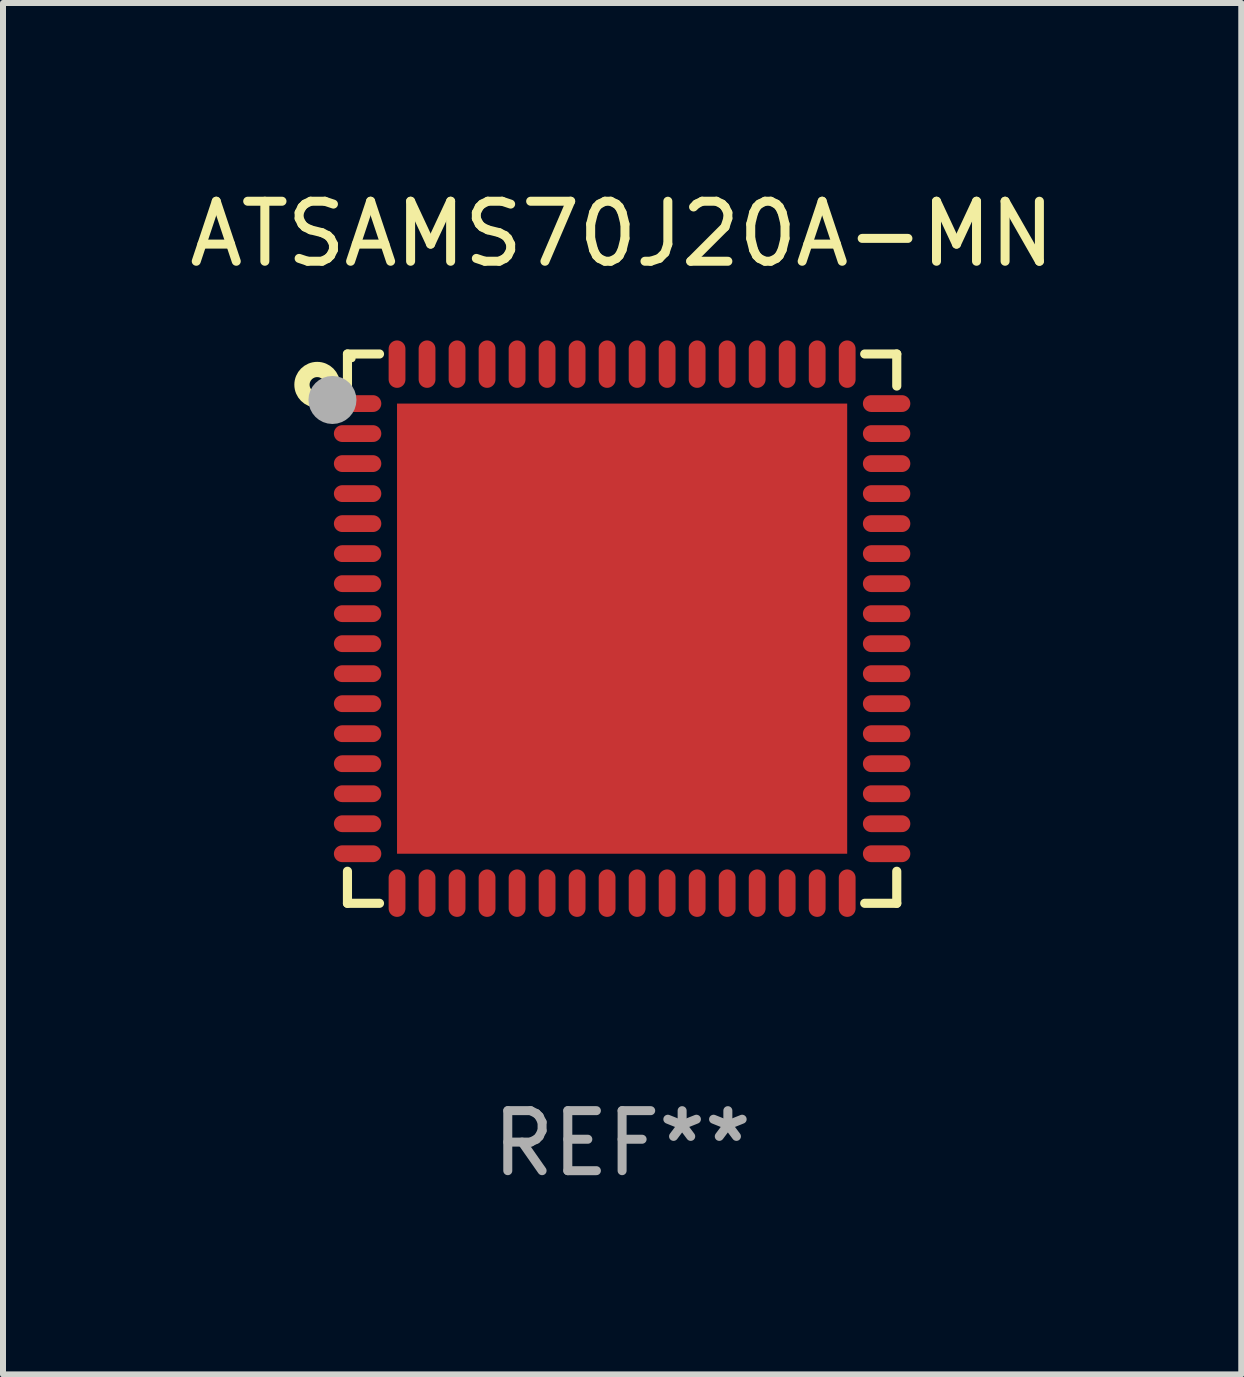
<source format=kicad_pcb>
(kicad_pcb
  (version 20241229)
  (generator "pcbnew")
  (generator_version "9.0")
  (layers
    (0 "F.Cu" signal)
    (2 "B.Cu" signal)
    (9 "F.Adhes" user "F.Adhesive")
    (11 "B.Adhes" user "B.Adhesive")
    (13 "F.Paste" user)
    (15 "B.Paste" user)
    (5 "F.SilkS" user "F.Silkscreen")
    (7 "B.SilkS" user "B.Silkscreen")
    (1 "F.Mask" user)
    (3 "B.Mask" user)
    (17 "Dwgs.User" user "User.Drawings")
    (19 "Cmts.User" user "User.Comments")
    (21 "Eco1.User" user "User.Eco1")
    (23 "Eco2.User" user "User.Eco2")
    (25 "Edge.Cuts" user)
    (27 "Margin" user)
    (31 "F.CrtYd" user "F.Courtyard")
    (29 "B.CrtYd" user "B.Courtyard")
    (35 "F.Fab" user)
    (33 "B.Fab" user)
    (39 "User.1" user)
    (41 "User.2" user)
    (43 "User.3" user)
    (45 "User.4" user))
  (footprint "ATSAMS70J20A-MN"
    (layer "F.Cu")
    (at 7.315 7.424)
    (property "Reference" "ATSAMS70J20A-MN" (at 0 -6.576 0) (layer "F.SilkS") (effects (font (size 1 1) (thickness 0.15))))
    (attr through_hole)
    (fp_line (start -4.576 -4.576) (end -4.042 -4.576) (stroke (width 0.152) (type solid)) (layer "F.SilkS"))
    (fp_line (start -4.576 -4.042) (end -4.576 -4.576) (stroke (width 0.152) (type solid)) (layer "F.SilkS"))
    (fp_line (start -4.576 4.042) (end -4.576 4.576) (stroke (width 0.152) (type solid)) (layer "F.SilkS"))
    (fp_line (start -4.576 4.576) (end -4.042 4.576) (stroke (width 0.152) (type solid)) (layer "F.SilkS"))
    (fp_line (start 4.576 -4.576) (end 4.042 -4.576) (stroke (width 0.152) (type solid)) (layer "F.SilkS"))
    (fp_line (start 4.576 -4.042) (end 4.576 -4.576) (stroke (width 0.152) (type solid)) (layer "F.SilkS"))
    (fp_line (start 4.576 4.042) (end 4.576 4.576) (stroke (width 0.152) (type solid)) (layer "F.SilkS"))
    (fp_line (start 4.576 4.576) (end 4.042 4.576) (stroke (width 0.152) (type solid)) (layer "F.SilkS"))
    (fp_circle (center -5.08 -4.064) (end -4.826 -4.064) (stroke (width 0.254) (type solid)) (fill no) (layer "F.SilkS"))
    (fp_circle (center -4.5 -4.5) (end -4.47 -4.5) (stroke (width 0.06) (type solid)) (fill no) (layer "F.SilkS"))
    (fp_circle (center -4.826 -3.81) (end -4.626 -3.81) (stroke (width 0.4) (type solid)) (fill no) (layer "F.Fab"))
    (fp_text user "REF**" (at 0 8.576 0) (layer "F.Fab") (effects (font (size 1 1) (thickness 0.15))))
    (pad "1" smd oval (at -4.407 -3.75) (size 0.79 0.28) (layers "F.Cu" "F.Mask" "F.Paste"))
    (pad "2" smd oval (at -4.407 -3.25) (size 0.79 0.28) (layers "F.Cu" "F.Mask" "F.Paste"))
    (pad "3" smd oval (at -4.407 -2.75) (size 0.79 0.28) (layers "F.Cu" "F.Mask" "F.Paste"))
    (pad "4" smd oval (at -4.407 -2.25) (size 0.79 0.28) (layers "F.Cu" "F.Mask" "F.Paste"))
    (pad "5" smd oval (at -4.407 -1.75) (size 0.79 0.28) (layers "F.Cu" "F.Mask" "F.Paste"))
    (pad "6" smd oval (at -4.407 -1.25) (size 0.79 0.28) (layers "F.Cu" "F.Mask" "F.Paste"))
    (pad "7" smd oval (at -4.407 -0.75) (size 0.79 0.28) (layers "F.Cu" "F.Mask" "F.Paste"))
    (pad "8" smd oval (at -4.407 -0.25) (size 0.79 0.28) (layers "F.Cu" "F.Mask" "F.Paste"))
    (pad "9" smd oval (at -4.407 0.25) (size 0.79 0.28) (layers "F.Cu" "F.Mask" "F.Paste"))
    (pad "10" smd oval (at -4.407 0.75) (size 0.79 0.28) (layers "F.Cu" "F.Mask" "F.Paste"))
    (pad "11" smd oval (at -4.407 1.25) (size 0.79 0.28) (layers "F.Cu" "F.Mask" "F.Paste"))
    (pad "12" smd oval (at -4.407 1.75) (size 0.79 0.28) (layers "F.Cu" "F.Mask" "F.Paste"))
    (pad "13" smd oval (at -4.407 2.25) (size 0.79 0.28) (layers "F.Cu" "F.Mask" "F.Paste"))
    (pad "14" smd oval (at -4.407 2.75) (size 0.79 0.28) (layers "F.Cu" "F.Mask" "F.Paste"))
    (pad "15" smd oval (at -4.407 3.25) (size 0.79 0.28) (layers "F.Cu" "F.Mask" "F.Paste"))
    (pad "16" smd oval (at -4.407 3.75) (size 0.79 0.28) (layers "F.Cu" "F.Mask" "F.Paste"))
    (pad "17" smd oval (at -3.75 4.407) (size 0.28 0.79) (layers "F.Cu" "F.Mask" "F.Paste"))
    (pad "18" smd oval (at -3.25 4.407) (size 0.28 0.79) (layers "F.Cu" "F.Mask" "F.Paste"))
    (pad "19" smd oval (at -2.75 4.407) (size 0.28 0.79) (layers "F.Cu" "F.Mask" "F.Paste"))
    (pad "20" smd oval (at -2.25 4.407) (size 0.28 0.79) (layers "F.Cu" "F.Mask" "F.Paste"))
    (pad "21" smd oval (at -1.75 4.407) (size 0.28 0.79) (layers "F.Cu" "F.Mask" "F.Paste"))
    (pad "22" smd oval (at -1.25 4.407) (size 0.28 0.79) (layers "F.Cu" "F.Mask" "F.Paste"))
    (pad "23" smd oval (at -0.75 4.407) (size 0.28 0.79) (layers "F.Cu" "F.Mask" "F.Paste"))
    (pad "24" smd oval (at -0.25 4.407) (size 0.28 0.79) (layers "F.Cu" "F.Mask" "F.Paste"))
    (pad "25" smd oval (at 0.25 4.407) (size 0.28 0.79) (layers "F.Cu" "F.Mask" "F.Paste"))
    (pad "26" smd oval (at 0.75 4.407) (size 0.28 0.79) (layers "F.Cu" "F.Mask" "F.Paste"))
    (pad "27" smd oval (at 1.25 4.407) (size 0.28 0.79) (layers "F.Cu" "F.Mask" "F.Paste"))
    (pad "28" smd oval (at 1.75 4.407) (size 0.28 0.79) (layers "F.Cu" "F.Mask" "F.Paste"))
    (pad "29" smd oval (at 2.25 4.407) (size 0.28 0.79) (layers "F.Cu" "F.Mask" "F.Paste"))
    (pad "30" smd oval (at 2.75 4.407) (size 0.28 0.79) (layers "F.Cu" "F.Mask" "F.Paste"))
    (pad "31" smd oval (at 3.25 4.407) (size 0.28 0.79) (layers "F.Cu" "F.Mask" "F.Paste"))
    (pad "32" smd oval (at 3.75 4.407) (size 0.28 0.79) (layers "F.Cu" "F.Mask" "F.Paste"))
    (pad "33" smd oval (at 4.407 3.75) (size 0.79 0.28) (layers "F.Cu" "F.Mask" "F.Paste"))
    (pad "34" smd oval (at 4.407 3.25) (size 0.79 0.28) (layers "F.Cu" "F.Mask" "F.Paste"))
    (pad "35" smd oval (at 4.407 2.75) (size 0.79 0.28) (layers "F.Cu" "F.Mask" "F.Paste"))
    (pad "36" smd oval (at 4.407 2.25) (size 0.79 0.28) (layers "F.Cu" "F.Mask" "F.Paste"))
    (pad "37" smd oval (at 4.407 1.75) (size 0.79 0.28) (layers "F.Cu" "F.Mask" "F.Paste"))
    (pad "38" smd oval (at 4.407 1.25) (size 0.79 0.28) (layers "F.Cu" "F.Mask" "F.Paste"))
    (pad "39" smd oval (at 4.407 0.75) (size 0.79 0.28) (layers "F.Cu" "F.Mask" "F.Paste"))
    (pad "40" smd oval (at 4.407 0.25) (size 0.79 0.28) (layers "F.Cu" "F.Mask" "F.Paste"))
    (pad "41" smd oval (at 4.407 -0.25) (size 0.79 0.28) (layers "F.Cu" "F.Mask" "F.Paste"))
    (pad "42" smd oval (at 4.407 -0.75) (size 0.79 0.28) (layers "F.Cu" "F.Mask" "F.Paste"))
    (pad "43" smd oval (at 4.407 -1.25) (size 0.79 0.28) (layers "F.Cu" "F.Mask" "F.Paste"))
    (pad "44" smd oval (at 4.407 -1.75) (size 0.79 0.28) (layers "F.Cu" "F.Mask" "F.Paste"))
    (pad "45" smd oval (at 4.407 -2.25) (size 0.79 0.28) (layers "F.Cu" "F.Mask" "F.Paste"))
    (pad "46" smd oval (at 4.407 -2.75) (size 0.79 0.28) (layers "F.Cu" "F.Mask" "F.Paste"))
    (pad "47" smd oval (at 4.407 -3.25) (size 0.79 0.28) (layers "F.Cu" "F.Mask" "F.Paste"))
    (pad "48" smd oval (at 4.407 -3.75) (size 0.79 0.28) (layers "F.Cu" "F.Mask" "F.Paste"))
    (pad "49" smd oval (at 3.75 -4.407) (size 0.28 0.79) (layers "F.Cu" "F.Mask" "F.Paste"))
    (pad "50" smd oval (at 3.25 -4.407) (size 0.28 0.79) (layers "F.Cu" "F.Mask" "F.Paste"))
    (pad "51" smd oval (at 2.75 -4.407) (size 0.28 0.79) (layers "F.Cu" "F.Mask" "F.Paste"))
    (pad "52" smd oval (at 2.25 -4.407) (size 0.28 0.79) (layers "F.Cu" "F.Mask" "F.Paste"))
    (pad "53" smd oval (at 1.75 -4.407) (size 0.28 0.79) (layers "F.Cu" "F.Mask" "F.Paste"))
    (pad "54" smd oval (at 1.25 -4.407) (size 0.28 0.79) (layers "F.Cu" "F.Mask" "F.Paste"))
    (pad "55" smd oval (at 0.75 -4.407) (size 0.28 0.79) (layers "F.Cu" "F.Mask" "F.Paste"))
    (pad "56" smd oval (at 0.25 -4.407) (size 0.28 0.79) (layers "F.Cu" "F.Mask" "F.Paste"))
    (pad "57" smd oval (at -0.25 -4.407) (size 0.28 0.79) (layers "F.Cu" "F.Mask" "F.Paste"))
    (pad "58" smd oval (at -0.75 -4.407) (size 0.28 0.79) (layers "F.Cu" "F.Mask" "F.Paste"))
    (pad "59" smd oval (at -1.25 -4.407) (size 0.28 0.79) (layers "F.Cu" "F.Mask" "F.Paste"))
    (pad "60" smd oval (at -1.75 -4.407) (size 0.28 0.79) (layers "F.Cu" "F.Mask" "F.Paste"))
    (pad "61" smd oval (at -2.25 -4.407) (size 0.28 0.79) (layers "F.Cu" "F.Mask" "F.Paste"))
    (pad "62" smd oval (at -2.75 -4.407) (size 0.28 0.79) (layers "F.Cu" "F.Mask" "F.Paste"))
    (pad "63" smd oval (at -3.25 -4.407) (size 0.28 0.79) (layers "F.Cu" "F.Mask" "F.Paste"))
    (pad "64" smd oval (at -3.75 -4.407) (size 0.28 0.79) (layers "F.Cu" "F.Mask" "F.Paste"))
    (pad "65" smd rect (at 0 0) (size 7.5 7.5) (layers "F.Cu" "F.Mask" "F.Paste")))
  (gr_rect
    (start -3 -3)
    (end 17.631 19.849)
    (stroke (width 0.1) (type default))
    (fill no)
    (layer "Edge.Cuts")))
</source>
